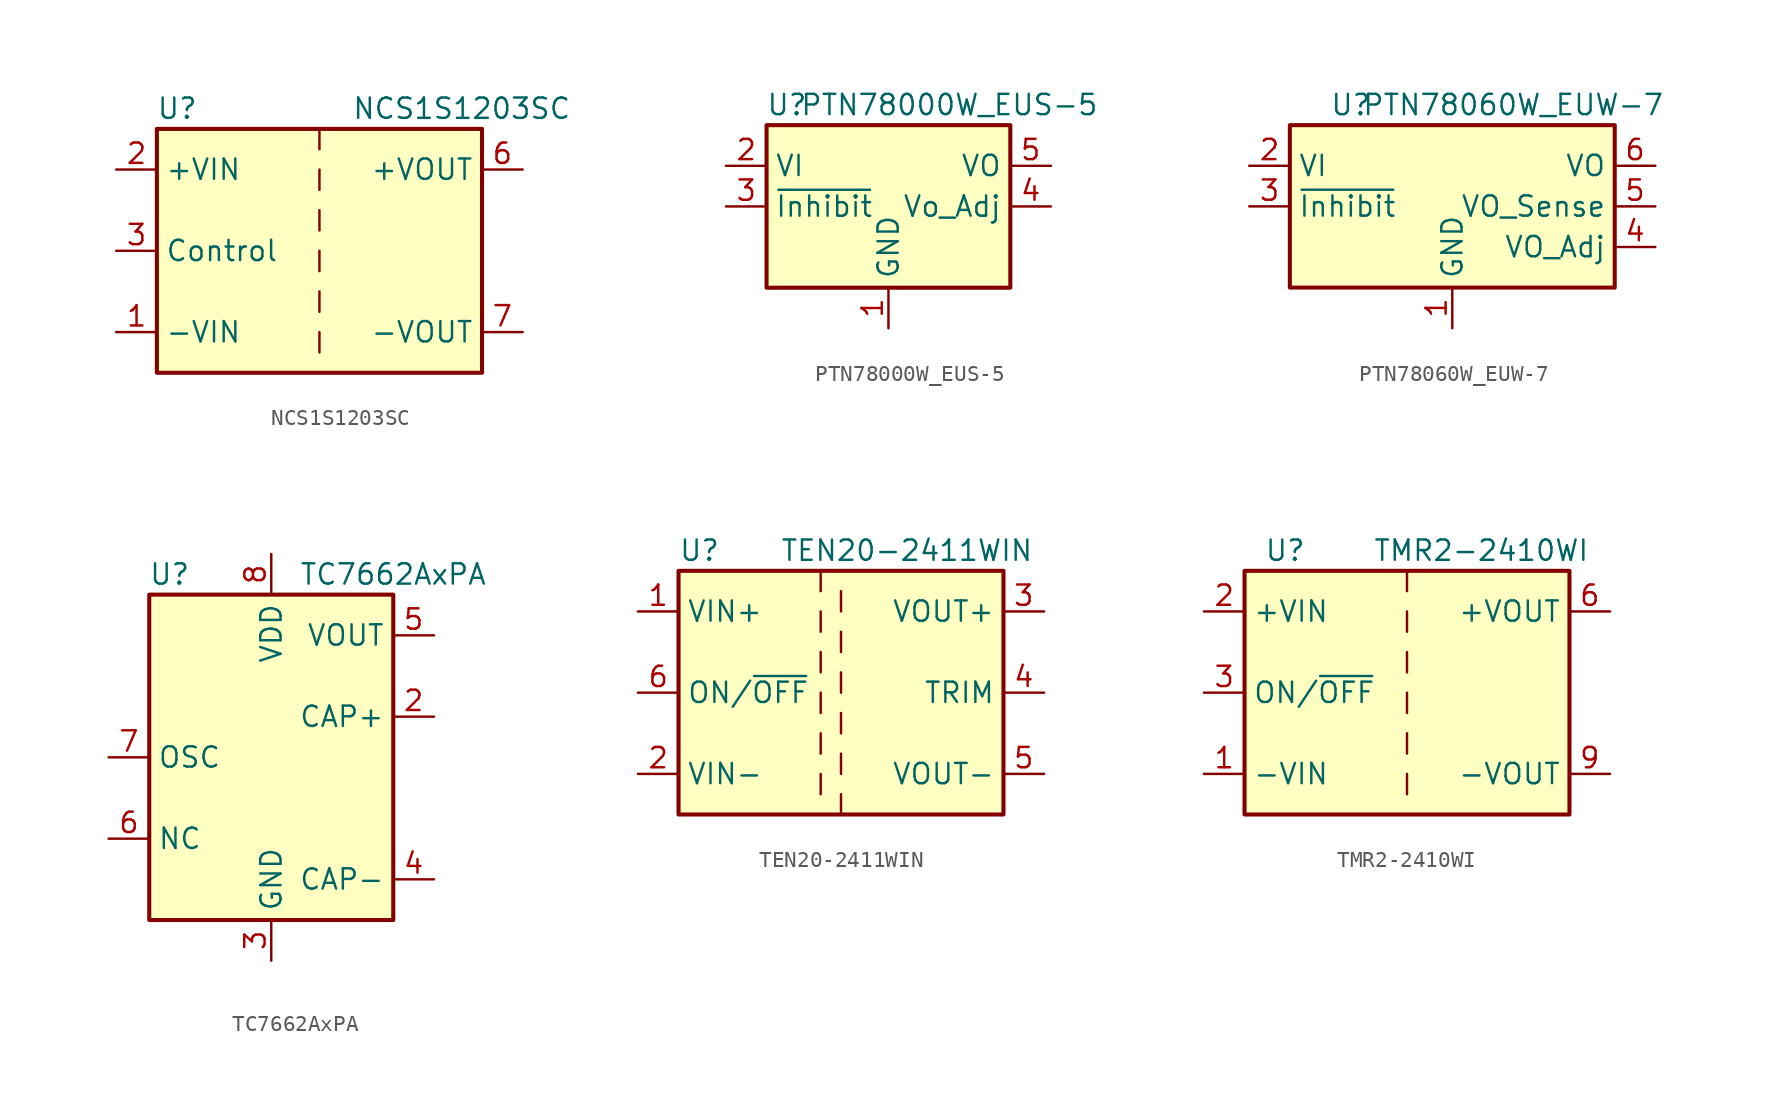
<source format=kicad_sym>
(kicad_symbol_lib
  (version 20211014)
  (generator kicad_symbol_editor)
  (symbol "NCS1S1203SC"
    (property "Reference" "U"
      (at -8.89 8.89 0)
      (effects (font (size 1.27 1.27))))
    (property "Value" "NCS1S1203SC"
      (at 8.89 8.89 0)
      (effects (font (size 1.27 1.27))))
    (symbol "NCS1S1203SC_0_1"
      (rectangle (start -10.16 7.62) (end 10.16 -7.62) (stroke (width 0.254) (type default) (color 0 0 0 0)) (fill (type background)))
      (polyline (pts (xy 0 -5.08) (xy 0 -6.35)) (stroke (width 0) (type default) (color 0 0 0 0)) (fill (type none)))
      (polyline (pts (xy 0 -2.54) (xy 0 -3.81)) (stroke (width 0) (type default) (color 0 0 0 0)) (fill (type none)))
      (polyline (pts (xy 0 0) (xy 0 -1.27)) (stroke (width 0) (type default) (color 0 0 0 0)) (fill (type none)))
      (polyline (pts (xy 0 2.54) (xy 0 1.27)) (stroke (width 0) (type default) (color 0 0 0 0)) (fill (type none)))
      (polyline (pts (xy 0 5.08) (xy 0 3.81)) (stroke (width 0) (type default) (color 0 0 0 0)) (fill (type none)))
      (polyline (pts (xy 0 7.62) (xy 0 6.35)) (stroke (width 0) (type default) (color 0 0 0 0)) (fill (type none))))
    (symbol "NCS1S1203SC_1_1"
      (pin power_in line (at -12.7 -5.08 0) (length 2.54) (name "-VIN" (effects (font (size 1.27 1.27)))) (number "1" (effects (font (size 1.27 1.27)))))
      (pin power_in line (at -12.7 5.08 0) (length 2.54) (name "+VIN" (effects (font (size 1.27 1.27)))) (number "2" (effects (font (size 1.27 1.27)))))
      (pin input line (at -12.7 0 0) (length 2.54) (name "Control" (effects (font (size 1.27 1.27)))) (number "3" (effects (font (size 1.27 1.27)))))
      (pin power_out line (at 12.7 5.08 180) (length 2.54) (name "+VOUT" (effects (font (size 1.27 1.27)))) (number "6" (effects (font (size 1.27 1.27)))))
      (pin power_out line (at 12.7 -5.08 180) (length 2.54) (name "-VOUT" (effects (font (size 1.27 1.27)))) (number "7" (effects (font (size 1.27 1.27)))))))
  (symbol "PTN78000W_EUS-5"
    (property "Reference" "U"
      (at -6.35 6.35 0)
      (effects (font (size 1.27 1.27))))
    (property "Value" "PTN78000W_EUS-5"
      (at 3.81 6.35 0)
      (effects (font (size 1.27 1.27))))
    (symbol "PTN78000W_EUS-5_0_1"
      (rectangle (start -7.62 5.08) (end 7.62 -5.08) (stroke (width 0.254) (type default) (color 0 0 0 0)) (fill (type background))))
    (symbol "PTN78000W_EUS-5_1_1"
      (pin power_in line (at 0 -7.62 90) (length 2.54) (name "GND" (effects (font (size 1.27 1.27)))) (number "1" (effects (font (size 1.27 1.27)))))
      (pin power_in line (at -10.16 2.54 0) (length 2.54) (name "VI" (effects (font (size 1.27 1.27)))) (number "2" (effects (font (size 1.27 1.27)))))
      (pin input line (at -10.16 0 0) (length 2.54) (name "~{Inhibit}" (effects (font (size 1.27 1.27)))) (number "3" (effects (font (size 1.27 1.27)))))
      (pin output line (at 10.16 0 180) (length 2.54) (name "Vo_Adj" (effects (font (size 1.27 1.27)))) (number "4" (effects (font (size 1.27 1.27)))))
      (pin power_out line (at 10.16 2.54 180) (length 2.54) (name "VO" (effects (font (size 1.27 1.27)))) (number "5" (effects (font (size 1.27 1.27)))))))
  (symbol "PTN78060W_EUW-7"
    (property "Reference" "U"
      (at -6.35 6.35 0)
      (effects (font (size 1.27 1.27))))
    (property "Value" "PTN78060W_EUW-7"
      (at 3.81 6.35 0)
      (effects (font (size 1.27 1.27))))
    (symbol "PTN78060W_EUW-7_0_1"
      (rectangle (start -10.16 5.08) (end 10.16 -5.08) (stroke (width 0.254) (type default) (color 0 0 0 0)) (fill (type background))))
    (symbol "PTN78060W_EUW-7_1_1"
      (pin power_in line (at 0 -7.62 90) (length 2.54) (name "GND" (effects (font (size 1.27 1.27)))) (number "1" (effects (font (size 1.27 1.27)))))
      (pin power_in line (at -12.7 2.54 0) (length 2.54) (name "VI" (effects (font (size 1.27 1.27)))) (number "2" (effects (font (size 1.27 1.27)))))
      (pin input line (at -12.7 0 0) (length 2.54) (name "~{Inhibit}" (effects (font (size 1.27 1.27)))) (number "3" (effects (font (size 1.27 1.27)))))
      (pin input line (at 12.7 -2.54 180) (length 2.54) (name "VO_Adj" (effects (font (size 1.27 1.27)))) (number "4" (effects (font (size 1.27 1.27)))))
      (pin power_out line (at 12.7 0 180) (length 2.54) (name "VO_Sense" (effects (font (size 1.27 1.27)))) (number "5" (effects (font (size 1.27 1.27)))))
      (pin power_out line (at 12.7 2.54 180) (length 2.54) (name "VO" (effects (font (size 1.27 1.27)))) (number "6" (effects (font (size 1.27 1.27)))))
      (pin passive line (at 0 -7.62 90) (length 2.54) hide (name "GND" (effects (font (size 1.27 1.27)))) (number "7" (effects (font (size 1.27 1.27)))))))
  (symbol "TC7662AxPA"
    (property "Reference" "U"
      (at -6.35 11.43 0)
      (effects (font (size 1.27 1.27))))
    (property "Value" "TC7662AxPA"
      (at 7.62 11.43 0)
      (effects (font (size 1.27 1.27))))
    (symbol "TC7662AxPA_0_1"
      (rectangle (start -7.62 10.16) (end 7.62 -10.16) (stroke (width 0.254) (type default) (color 0 0 0 0)) (fill (type background))))
    (symbol "TC7662AxPA_1_1"
      (pin no_connect line (at -7.62 5.08 0) (length 2.54) hide (name "NC" (effects (font (size 1.27 1.27)))) (number "1" (effects (font (size 1.27 1.27)))))
      (pin passive line (at 10.16 2.54 180) (length 2.54) (name "CAP+" (effects (font (size 1.27 1.27)))) (number "2" (effects (font (size 1.27 1.27)))))
      (pin power_in line (at 0 -12.7 90) (length 2.54) (name "GND" (effects (font (size 1.27 1.27)))) (number "3" (effects (font (size 1.27 1.27)))))
      (pin passive line (at 10.16 -7.62 180) (length 2.54) (name "CAP-" (effects (font (size 1.27 1.27)))) (number "4" (effects (font (size 1.27 1.27)))))
      (pin power_out line (at 10.16 7.62 180) (length 2.54) (name "VOUT" (effects (font (size 1.27 1.27)))) (number "5" (effects (font (size 1.27 1.27)))))
      (pin passive line (at -10.16 -5.08 0) (length 2.54) (name "NC" (effects (font (size 1.27 1.27)))) (number "6" (effects (font (size 1.27 1.27)))))
      (pin passive line (at -10.16 0 0) (length 2.54) (name "OSC" (effects (font (size 1.27 1.27)))) (number "7" (effects (font (size 1.27 1.27)))))
      (pin power_in line (at 0 12.7 270) (length 2.54) (name "VDD" (effects (font (size 1.27 1.27)))) (number "8" (effects (font (size 1.27 1.27)))))))
  (symbol "TEN20-2411WIN"
    (property "Reference" "U"
      (at -10.16 8.89 0)
      (effects (font (size 1.27 1.27)) (justify left)))
    (property "Value" "TEN20-2411WIN"
      (at -3.81 8.89 0)
      (effects (font (size 1.27 1.27)) (justify left)))
    (symbol "TEN20-2411WIN_0_1"
      (rectangle (start -10.16 7.62) (end 10.16 -7.62) (stroke (width 0.254) (type default) (color 0 0 0 0)) (fill (type background)))
      (polyline (pts (xy -1.27 -5.08) (xy -1.27 -6.35)) (stroke (width 0) (type default) (color 0 0 0 0)) (fill (type none)))
      (polyline (pts (xy -1.27 -2.54) (xy -1.27 -3.81)) (stroke (width 0) (type default) (color 0 0 0 0)) (fill (type none)))
      (polyline (pts (xy -1.27 0) (xy -1.27 -1.27)) (stroke (width 0) (type default) (color 0 0 0 0)) (fill (type none)))
      (polyline (pts (xy -1.27 2.54) (xy -1.27 1.27)) (stroke (width 0) (type default) (color 0 0 0 0)) (fill (type none)))
      (polyline (pts (xy -1.27 5.08) (xy -1.27 3.81)) (stroke (width 0) (type default) (color 0 0 0 0)) (fill (type none)))
      (polyline (pts (xy -1.27 7.62) (xy -1.27 6.35)) (stroke (width 0) (type default) (color 0 0 0 0)) (fill (type none)))
      (polyline (pts (xy 0 -7.62) (xy 0 -6.35)) (stroke (width 0) (type default) (color 0 0 0 0)) (fill (type none)))
      (polyline (pts (xy 0 -5.08) (xy 0 -3.81)) (stroke (width 0) (type default) (color 0 0 0 0)) (fill (type none)))
      (polyline (pts (xy 0 -1.27) (xy 0 -2.54)) (stroke (width 0) (type default) (color 0 0 0 0)) (fill (type none)))
      (polyline (pts (xy 0 0) (xy 0 1.27)) (stroke (width 0) (type default) (color 0 0 0 0)) (fill (type none)))
      (polyline (pts (xy 0 2.54) (xy 0 3.81)) (stroke (width 0) (type default) (color 0 0 0 0)) (fill (type none)))
      (polyline (pts (xy 0 5.08) (xy 0 6.35)) (stroke (width 0) (type default) (color 0 0 0 0)) (fill (type none))))
    (symbol "TEN20-2411WIN_1_1"
      (pin power_in line (at -12.7 5.08 0) (length 2.54) (name "VIN+" (effects (font (size 1.27 1.27)))) (number "1" (effects (font (size 1.27 1.27)))))
      (pin power_in line (at -12.7 -5.08 0) (length 2.54) (name "VIN-" (effects (font (size 1.27 1.27)))) (number "2" (effects (font (size 1.27 1.27)))))
      (pin power_out line (at 12.7 5.08 180) (length 2.54) (name "VOUT+" (effects (font (size 1.27 1.27)))) (number "3" (effects (font (size 1.27 1.27)))))
      (pin passive line (at 12.7 0 180) (length 2.54) (name "TRIM" (effects (font (size 1.27 1.27)))) (number "4" (effects (font (size 1.27 1.27)))))
      (pin power_out line (at 12.7 -5.08 180) (length 2.54) (name "VOUT-" (effects (font (size 1.27 1.27)))) (number "5" (effects (font (size 1.27 1.27)))))
      (pin input line (at -12.7 0 0) (length 2.54) (name "ON/~{OFF}" (effects (font (size 1.27 1.27)))) (number "6" (effects (font (size 1.27 1.27)))))))
  (symbol "TMR2-2410WI"
    (property "Reference" "U"
      (at -7.62 8.89 0)
      (effects (font (size 1.27 1.27))))
    (property "Value" "TMR2-2410WI"
      (at 11.43 8.89 0)
      (effects (font (size 1.27 1.27)) (justify right)))
    (symbol "TMR2-2410WI_0_1"
      (rectangle (start -10.16 7.62) (end 10.16 -7.62) (stroke (width 0.254) (type default) (color 0 0 0 0)) (fill (type background)))
      (polyline (pts (xy 0 -5.08) (xy 0 -6.35)) (stroke (width 0) (type default) (color 0 0 0 0)) (fill (type none)))
      (polyline (pts (xy 0 -2.54) (xy 0 -3.81)) (stroke (width 0) (type default) (color 0 0 0 0)) (fill (type none)))
      (polyline (pts (xy 0 0) (xy 0 -1.27)) (stroke (width 0) (type default) (color 0 0 0 0)) (fill (type none)))
      (polyline (pts (xy 0 2.54) (xy 0 1.27)) (stroke (width 0) (type default) (color 0 0 0 0)) (fill (type none)))
      (polyline (pts (xy 0 5.08) (xy 0 3.81)) (stroke (width 0) (type default) (color 0 0 0 0)) (fill (type none)))
      (polyline (pts (xy 0 7.62) (xy 0 6.35)) (stroke (width 0) (type default) (color 0 0 0 0)) (fill (type none))))
    (symbol "TMR2-2410WI_1_1"
      (pin power_in line (at -12.7 -5.08 0) (length 2.54) (name "-VIN" (effects (font (size 1.27 1.27)))) (number "1" (effects (font (size 1.27 1.27)))))
      (pin power_in line (at -12.7 5.08 0) (length 2.54) (name "+VIN" (effects (font (size 1.27 1.27)))) (number "2" (effects (font (size 1.27 1.27)))))
      (pin input line (at -12.7 0 0) (length 2.54) (name "ON/~{OFF}" (effects (font (size 1.27 1.27)))) (number "3" (effects (font (size 1.27 1.27)))))
      (pin power_out line (at 12.7 5.08 180) (length 2.54) (name "+VOUT" (effects (font (size 1.27 1.27)))) (number "6" (effects (font (size 1.27 1.27)))))
      (pin no_connect line (at 10.16 2.54 180) (length 2.54) hide (name "NC" (effects (font (size 1.27 1.27)))) (number "7" (effects (font (size 1.27 1.27)))))
      (pin no_connect line (at 10.16 0 180) (length 2.54) hide (name "NC" (effects (font (size 1.27 1.27)))) (number "8" (effects (font (size 1.27 1.27)))))
      (pin power_out line (at 12.7 -5.08 180) (length 2.54) (name "-VOUT" (effects (font (size 1.27 1.27)))) (number "9" (effects (font (size 1.27 1.27))))))))
</source>
